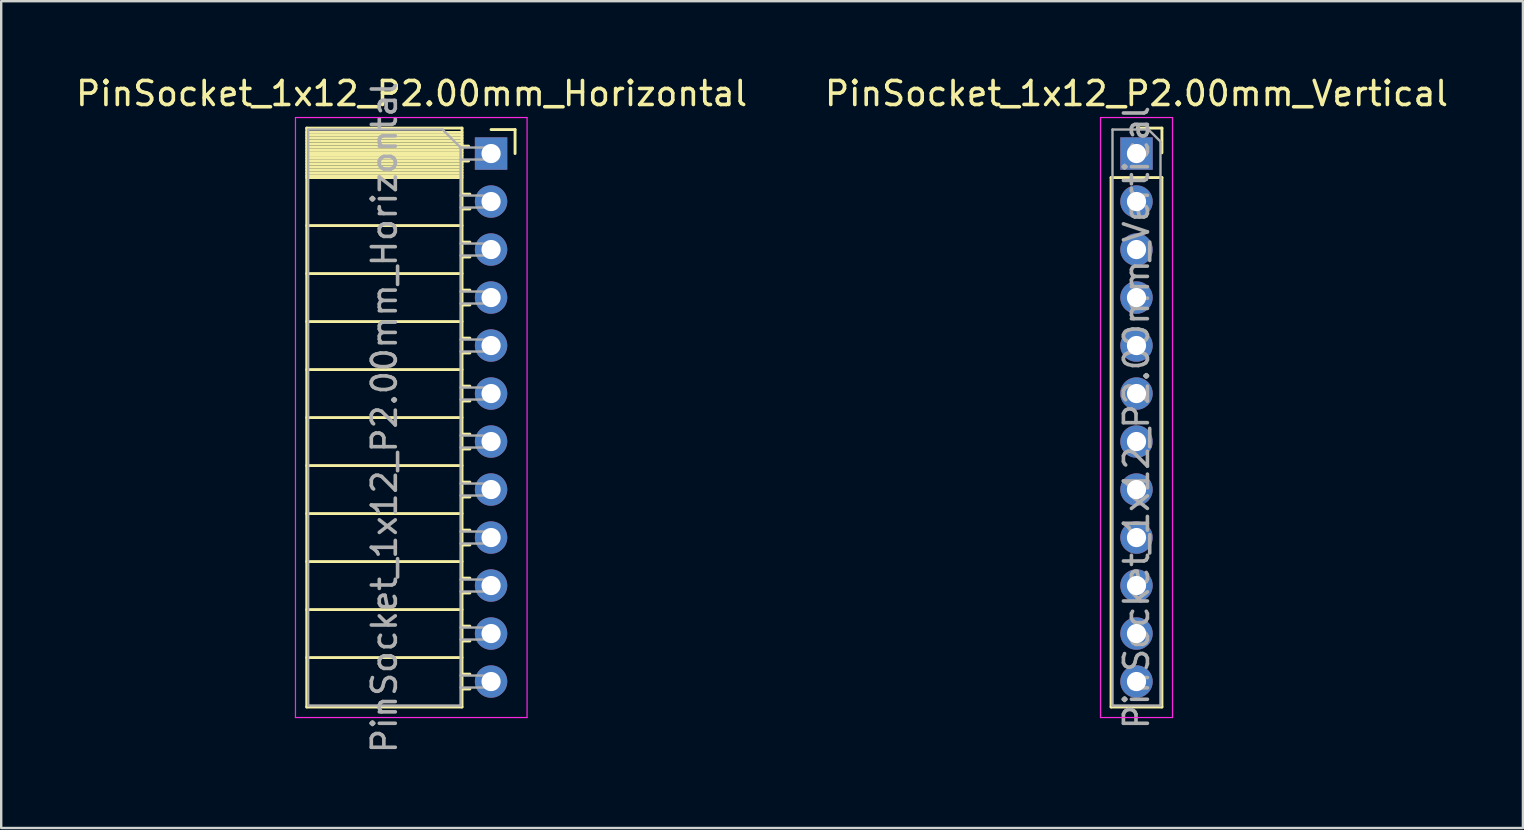
<source format=kicad_pcb>
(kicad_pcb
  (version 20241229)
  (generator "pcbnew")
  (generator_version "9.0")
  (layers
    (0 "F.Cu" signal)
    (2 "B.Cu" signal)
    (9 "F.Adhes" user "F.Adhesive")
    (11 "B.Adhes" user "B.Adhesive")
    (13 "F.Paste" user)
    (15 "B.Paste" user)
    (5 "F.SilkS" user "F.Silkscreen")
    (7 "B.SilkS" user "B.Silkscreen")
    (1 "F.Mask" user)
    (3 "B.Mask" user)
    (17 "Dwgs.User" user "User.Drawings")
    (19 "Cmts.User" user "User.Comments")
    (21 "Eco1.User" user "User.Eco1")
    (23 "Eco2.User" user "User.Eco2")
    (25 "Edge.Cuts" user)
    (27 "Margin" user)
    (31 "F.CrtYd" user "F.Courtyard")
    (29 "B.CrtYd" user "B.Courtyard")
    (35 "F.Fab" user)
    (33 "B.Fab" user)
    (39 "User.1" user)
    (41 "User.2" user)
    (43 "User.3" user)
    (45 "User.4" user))
  (footprint "PinSocket_1x12_P2.00mm_Horizontal"
    (layer "F.Cu")
    (at 17.411 3.348)
    (property "Reference" "PinSocket_1x12_P2.00mm_Horizontal" (at -3.31 -2.5 0) (layer "F.SilkS") (effects (font (size 1 1) (thickness 0.15))))
    (attr through_hole)
    (fp_line (start -7.68 -1.06) (end -7.68 23.06) (stroke (width 0.12) (type solid)) (layer "F.SilkS"))
    (fp_line (start -7.68 -1.06) (end -1.21 -1.06) (stroke (width 0.12) (type solid)) (layer "F.SilkS"))
    (fp_line (start -7.68 -0.88) (end -1.21 -0.88) (stroke (width 0.12) (type solid)) (layer "F.SilkS"))
    (fp_line (start -7.68 -0.76) (end -1.21 -0.76) (stroke (width 0.12) (type solid)) (layer "F.SilkS"))
    (fp_line (start -7.68 -0.64) (end -1.21 -0.64) (stroke (width 0.12) (type solid)) (layer "F.SilkS"))
    (fp_line (start -7.68 -0.52) (end -1.21 -0.52) (stroke (width 0.12) (type solid)) (layer "F.SilkS"))
    (fp_line (start -7.68 -0.4) (end -1.21 -0.4) (stroke (width 0.12) (type solid)) (layer "F.SilkS"))
    (fp_line (start -7.68 -0.28) (end -1.21 -0.28) (stroke (width 0.12) (type solid)) (layer "F.SilkS"))
    (fp_line (start -7.68 -0.16) (end -1.21 -0.16) (stroke (width 0.12) (type solid)) (layer "F.SilkS"))
    (fp_line (start -7.68 -0.04) (end -1.21 -0.04) (stroke (width 0.12) (type solid)) (layer "F.SilkS"))
    (fp_line (start -7.68 0.08) (end -1.21 0.08) (stroke (width 0.12) (type solid)) (layer "F.SilkS"))
    (fp_line (start -7.68 0.2) (end -1.21 0.2) (stroke (width 0.12) (type solid)) (layer "F.SilkS"))
    (fp_line (start -7.68 0.32) (end -1.21 0.32) (stroke (width 0.12) (type solid)) (layer "F.SilkS"))
    (fp_line (start -7.68 0.44) (end -1.21 0.44) (stroke (width 0.12) (type solid)) (layer "F.SilkS"))
    (fp_line (start -7.68 0.56) (end -1.21 0.56) (stroke (width 0.12) (type solid)) (layer "F.SilkS"))
    (fp_line (start -7.68 0.68) (end -1.21 0.68) (stroke (width 0.12) (type solid)) (layer "F.SilkS"))
    (fp_line (start -7.68 0.8) (end -1.21 0.8) (stroke (width 0.12) (type solid)) (layer "F.SilkS"))
    (fp_line (start -7.68 0.92) (end -1.21 0.92) (stroke (width 0.12) (type solid)) (layer "F.SilkS"))
    (fp_line (start -7.68 1) (end -1.21 1) (stroke (width 0.12) (type solid)) (layer "F.SilkS"))
    (fp_line (start -7.68 3) (end -1.21 3) (stroke (width 0.12) (type solid)) (layer "F.SilkS"))
    (fp_line (start -7.68 5) (end -1.21 5) (stroke (width 0.12) (type solid)) (layer "F.SilkS"))
    (fp_line (start -7.68 7) (end -1.21 7) (stroke (width 0.12) (type solid)) (layer "F.SilkS"))
    (fp_line (start -7.68 9) (end -1.21 9) (stroke (width 0.12) (type solid)) (layer "F.SilkS"))
    (fp_line (start -7.68 11) (end -1.21 11) (stroke (width 0.12) (type solid)) (layer "F.SilkS"))
    (fp_line (start -7.68 13) (end -1.21 13) (stroke (width 0.12) (type solid)) (layer "F.SilkS"))
    (fp_line (start -7.68 15) (end -1.21 15) (stroke (width 0.12) (type solid)) (layer "F.SilkS"))
    (fp_line (start -7.68 17) (end -1.21 17) (stroke (width 0.12) (type solid)) (layer "F.SilkS"))
    (fp_line (start -7.68 19) (end -1.21 19) (stroke (width 0.12) (type solid)) (layer "F.SilkS"))
    (fp_line (start -7.68 21) (end -1.21 21) (stroke (width 0.12) (type solid)) (layer "F.SilkS"))
    (fp_line (start -7.68 23.06) (end -1.21 23.06) (stroke (width 0.12) (type solid)) (layer "F.SilkS"))
    (fp_line (start -1.21 -1.06) (end -1.21 23.06) (stroke (width 0.12) (type solid)) (layer "F.SilkS"))
    (fp_line (start -1.21 -0.31) (end -0.935 -0.31) (stroke (width 0.12) (type solid)) (layer "F.SilkS"))
    (fp_line (start -1.21 0.31) (end -0.935 0.31) (stroke (width 0.12) (type solid)) (layer "F.SilkS"))
    (fp_line (start -1.21 1.69) (end -0.882 1.69) (stroke (width 0.12) (type solid)) (layer "F.SilkS"))
    (fp_line (start -1.21 2.31) (end -0.882 2.31) (stroke (width 0.12) (type solid)) (layer "F.SilkS"))
    (fp_line (start -1.21 3.69) (end -0.882 3.69) (stroke (width 0.12) (type solid)) (layer "F.SilkS"))
    (fp_line (start -1.21 4.31) (end -0.882 4.31) (stroke (width 0.12) (type solid)) (layer "F.SilkS"))
    (fp_line (start -1.21 5.69) (end -0.882 5.69) (stroke (width 0.12) (type solid)) (layer "F.SilkS"))
    (fp_line (start -1.21 6.31) (end -0.882 6.31) (stroke (width 0.12) (type solid)) (layer "F.SilkS"))
    (fp_line (start -1.21 7.69) (end -0.882 7.69) (stroke (width 0.12) (type solid)) (layer "F.SilkS"))
    (fp_line (start -1.21 8.31) (end -0.882 8.31) (stroke (width 0.12) (type solid)) (layer "F.SilkS"))
    (fp_line (start -1.21 9.69) (end -0.882 9.69) (stroke (width 0.12) (type solid)) (layer "F.SilkS"))
    (fp_line (start -1.21 10.31) (end -0.882 10.31) (stroke (width 0.12) (type solid)) (layer "F.SilkS"))
    (fp_line (start -1.21 11.69) (end -0.882 11.69) (stroke (width 0.12) (type solid)) (layer "F.SilkS"))
    (fp_line (start -1.21 12.31) (end -0.882 12.31) (stroke (width 0.12) (type solid)) (layer "F.SilkS"))
    (fp_line (start -1.21 13.69) (end -0.882 13.69) (stroke (width 0.12) (type solid)) (layer "F.SilkS"))
    (fp_line (start -1.21 14.31) (end -0.882 14.31) (stroke (width 0.12) (type solid)) (layer "F.SilkS"))
    (fp_line (start -1.21 15.69) (end -0.882 15.69) (stroke (width 0.12) (type solid)) (layer "F.SilkS"))
    (fp_line (start -1.21 16.31) (end -0.882 16.31) (stroke (width 0.12) (type solid)) (layer "F.SilkS"))
    (fp_line (start -1.21 17.69) (end -0.882 17.69) (stroke (width 0.12) (type solid)) (layer "F.SilkS"))
    (fp_line (start -1.21 18.31) (end -0.882 18.31) (stroke (width 0.12) (type solid)) (layer "F.SilkS"))
    (fp_line (start -1.21 19.69) (end -0.882 19.69) (stroke (width 0.12) (type solid)) (layer "F.SilkS"))
    (fp_line (start -1.21 20.31) (end -0.882 20.31) (stroke (width 0.12) (type solid)) (layer "F.SilkS"))
    (fp_line (start -1.21 21.69) (end -0.882 21.69) (stroke (width 0.12) (type solid)) (layer "F.SilkS"))
    (fp_line (start -1.21 22.31) (end -0.882 22.31) (stroke (width 0.12) (type solid)) (layer "F.SilkS"))
    (fp_line (start 0 -1) (end 1 -1) (stroke (width 0.12) (type solid)) (layer "F.SilkS"))
    (fp_line (start 1 -1) (end 1 0) (stroke (width 0.12) (type solid)) (layer "F.SilkS"))
    (fp_line (start -8.15 -1.5) (end -8.15 23.5) (stroke (width 0.05) (type solid)) (layer "F.CrtYd"))
    (fp_line (start -8.15 23.5) (end 1.5 23.5) (stroke (width 0.05) (type solid)) (layer "F.CrtYd"))
    (fp_line (start 1.5 -1.5) (end -8.15 -1.5) (stroke (width 0.05) (type solid)) (layer "F.CrtYd"))
    (fp_line (start 1.5 23.5) (end 1.5 -1.5) (stroke (width 0.05) (type solid)) (layer "F.CrtYd"))
    (fp_line (start -7.62 -1) (end -2.02 -1) (stroke (width 0.1) (type solid)) (layer "F.Fab"))
    (fp_line (start -7.62 23) (end -7.62 -1) (stroke (width 0.1) (type solid)) (layer "F.Fab"))
    (fp_line (start -2.02 -1) (end -1.27 -0.25) (stroke (width 0.1) (type solid)) (layer "F.Fab"))
    (fp_line (start -1.27 -0.25) (end -1.27 23) (stroke (width 0.1) (type solid)) (layer "F.Fab"))
    (fp_line (start -1.27 0.25) (end 0 0.25) (stroke (width 0.1) (type solid)) (layer "F.Fab"))
    (fp_line (start -1.27 2.25) (end 0 2.25) (stroke (width 0.1) (type solid)) (layer "F.Fab"))
    (fp_line (start -1.27 4.25) (end 0 4.25) (stroke (width 0.1) (type solid)) (layer "F.Fab"))
    (fp_line (start -1.27 6.25) (end 0 6.25) (stroke (width 0.1) (type solid)) (layer "F.Fab"))
    (fp_line (start -1.27 8.25) (end 0 8.25) (stroke (width 0.1) (type solid)) (layer "F.Fab"))
    (fp_line (start -1.27 10.25) (end 0 10.25) (stroke (width 0.1) (type solid)) (layer "F.Fab"))
    (fp_line (start -1.27 12.25) (end 0 12.25) (stroke (width 0.1) (type solid)) (layer "F.Fab"))
    (fp_line (start -1.27 14.25) (end 0 14.25) (stroke (width 0.1) (type solid)) (layer "F.Fab"))
    (fp_line (start -1.27 16.25) (end 0 16.25) (stroke (width 0.1) (type solid)) (layer "F.Fab"))
    (fp_line (start -1.27 18.25) (end 0 18.25) (stroke (width 0.1) (type solid)) (layer "F.Fab"))
    (fp_line (start -1.27 20.25) (end 0 20.25) (stroke (width 0.1) (type solid)) (layer "F.Fab"))
    (fp_line (start -1.27 22.25) (end 0 22.25) (stroke (width 0.1) (type solid)) (layer "F.Fab"))
    (fp_line (start -1.27 23) (end -7.62 23) (stroke (width 0.1) (type solid)) (layer "F.Fab"))
    (fp_line (start 0 -0.25) (end -1.27 -0.25) (stroke (width 0.1) (type solid)) (layer "F.Fab"))
    (fp_line (start 0 0.25) (end 0 -0.25) (stroke (width 0.1) (type solid)) (layer "F.Fab"))
    (fp_line (start 0 1.75) (end -1.27 1.75) (stroke (width 0.1) (type solid)) (layer "F.Fab"))
    (fp_line (start 0 2.25) (end 0 1.75) (stroke (width 0.1) (type solid)) (layer "F.Fab"))
    (fp_line (start 0 3.75) (end -1.27 3.75) (stroke (width 0.1) (type solid)) (layer "F.Fab"))
    (fp_line (start 0 4.25) (end 0 3.75) (stroke (width 0.1) (type solid)) (layer "F.Fab"))
    (fp_line (start 0 5.75) (end -1.27 5.75) (stroke (width 0.1) (type solid)) (layer "F.Fab"))
    (fp_line (start 0 6.25) (end 0 5.75) (stroke (width 0.1) (type solid)) (layer "F.Fab"))
    (fp_line (start 0 7.75) (end -1.27 7.75) (stroke (width 0.1) (type solid)) (layer "F.Fab"))
    (fp_line (start 0 8.25) (end 0 7.75) (stroke (width 0.1) (type solid)) (layer "F.Fab"))
    (fp_line (start 0 9.75) (end -1.27 9.75) (stroke (width 0.1) (type solid)) (layer "F.Fab"))
    (fp_line (start 0 10.25) (end 0 9.75) (stroke (width 0.1) (type solid)) (layer "F.Fab"))
    (fp_line (start 0 11.75) (end -1.27 11.75) (stroke (width 0.1) (type solid)) (layer "F.Fab"))
    (fp_line (start 0 12.25) (end 0 11.75) (stroke (width 0.1) (type solid)) (layer "F.Fab"))
    (fp_line (start 0 13.75) (end -1.27 13.75) (stroke (width 0.1) (type solid)) (layer "F.Fab"))
    (fp_line (start 0 14.25) (end 0 13.75) (stroke (width 0.1) (type solid)) (layer "F.Fab"))
    (fp_line (start 0 15.75) (end -1.27 15.75) (stroke (width 0.1) (type solid)) (layer "F.Fab"))
    (fp_line (start 0 16.25) (end 0 15.75) (stroke (width 0.1) (type solid)) (layer "F.Fab"))
    (fp_line (start 0 17.75) (end -1.27 17.75) (stroke (width 0.1) (type solid)) (layer "F.Fab"))
    (fp_line (start 0 18.25) (end 0 17.75) (stroke (width 0.1) (type solid)) (layer "F.Fab"))
    (fp_line (start 0 19.75) (end -1.27 19.75) (stroke (width 0.1) (type solid)) (layer "F.Fab"))
    (fp_line (start 0 20.25) (end 0 19.75) (stroke (width 0.1) (type solid)) (layer "F.Fab"))
    (fp_line (start 0 21.75) (end -1.27 21.75) (stroke (width 0.1) (type solid)) (layer "F.Fab"))
    (fp_line (start 0 22.25) (end 0 21.75) (stroke (width 0.1) (type solid)) (layer "F.Fab"))
    (fp_text user "${REFERENCE}" (at -4.445 11 90) (layer "F.Fab") (effects (font (size 1 1) (thickness 0.15))))
    (pad "1" thru_hole rect (at 0 0) (size 1.35 1.35) (drill 0.8) (layers "*.Cu" "*.Mask"))
    (pad "2" thru_hole oval (at 0 2) (size 1.35 1.35) (drill 0.8) (layers "*.Cu" "*.Mask"))
    (pad "3" thru_hole oval (at 0 4) (size 1.35 1.35) (drill 0.8) (layers "*.Cu" "*.Mask"))
    (pad "4" thru_hole oval (at 0 6) (size 1.35 1.35) (drill 0.8) (layers "*.Cu" "*.Mask"))
    (pad "5" thru_hole oval (at 0 8) (size 1.35 1.35) (drill 0.8) (layers "*.Cu" "*.Mask"))
    (pad "6" thru_hole oval (at 0 10) (size 1.35 1.35) (drill 0.8) (layers "*.Cu" "*.Mask"))
    (pad "7" thru_hole oval (at 0 12) (size 1.35 1.35) (drill 0.8) (layers "*.Cu" "*.Mask"))
    (pad "8" thru_hole oval (at 0 14) (size 1.35 1.35) (drill 0.8) (layers "*.Cu" "*.Mask"))
    (pad "9" thru_hole oval (at 0 16) (size 1.35 1.35) (drill 0.8) (layers "*.Cu" "*.Mask"))
    (pad "10" thru_hole oval (at 0 18) (size 1.35 1.35) (drill 0.8) (layers "*.Cu" "*.Mask"))
    (pad "11" thru_hole oval (at 0 20) (size 1.35 1.35) (drill 0.8) (layers "*.Cu" "*.Mask"))
    (pad "12" thru_hole oval (at 0 22) (size 1.35 1.35) (drill 0.8) (layers "*.Cu" "*.Mask")))
  (footprint "PinSocket_1x12_P2.00mm_Vertical"
    (layer "F.Cu")
    (at 44.304 3.348)
    (property "Reference" "PinSocket_1x12_P2.00mm_Vertical" (at 0 -2.5 0) (layer "F.SilkS") (effects (font (size 1 1) (thickness 0.15))))
    (attr through_hole)
    (fp_line (start -1.06 1) (end -1.06 23.06) (stroke (width 0.12) (type solid)) (layer "F.SilkS"))
    (fp_line (start -1.06 23.06) (end 1.06 23.06) (stroke (width 0.12) (type solid)) (layer "F.SilkS"))
    (fp_line (start 1.06 -1.06) (end 0.03 -1.06) (stroke (width 0.12) (type solid)) (layer "F.SilkS"))
    (fp_line (start 1.06 -0.03) (end 1.06 -1.06) (stroke (width 0.12) (type solid)) (layer "F.SilkS"))
    (fp_line (start 1.06 1) (end -1.06 1) (stroke (width 0.12) (type solid)) (layer "F.SilkS"))
    (fp_line (start 1.06 23.06) (end 1.06 1) (stroke (width 0.12) (type solid)) (layer "F.SilkS"))
    (fp_line (start -1.5 -1.5) (end 1.5 -1.5) (stroke (width 0.05) (type solid)) (layer "F.CrtYd"))
    (fp_line (start -1.5 23.5) (end -1.5 -1.5) (stroke (width 0.05) (type solid)) (layer "F.CrtYd"))
    (fp_line (start 1.5 -1.5) (end 1.5 23.5) (stroke (width 0.05) (type solid)) (layer "F.CrtYd"))
    (fp_line (start 1.5 23.5) (end -1.5 23.5) (stroke (width 0.05) (type solid)) (layer "F.CrtYd"))
    (fp_line (start -1 -1) (end 0.5 -1) (stroke (width 0.1) (type solid)) (layer "F.Fab"))
    (fp_line (start -1 23) (end -1 -1) (stroke (width 0.1) (type solid)) (layer "F.Fab"))
    (fp_line (start 0.5 -1) (end 1 -0.5) (stroke (width 0.1) (type solid)) (layer "F.Fab"))
    (fp_line (start 1 -0.5) (end 1 23) (stroke (width 0.1) (type solid)) (layer "F.Fab"))
    (fp_line (start 1 23) (end -1 23) (stroke (width 0.1) (type solid)) (layer "F.Fab"))
    (fp_text user "${REFERENCE}" (at 0 11 90) (layer "F.Fab") (effects (font (size 1 1) (thickness 0.15))))
    (pad "1" thru_hole rect (at 0 0) (size 1.35 1.35) (drill 0.8) (layers "*.Cu" "*.Mask"))
    (pad "2" thru_hole oval (at 0 2) (size 1.35 1.35) (drill 0.8) (layers "*.Cu" "*.Mask"))
    (pad "3" thru_hole oval (at 0 4) (size 1.35 1.35) (drill 0.8) (layers "*.Cu" "*.Mask"))
    (pad "4" thru_hole oval (at 0 6) (size 1.35 1.35) (drill 0.8) (layers "*.Cu" "*.Mask"))
    (pad "5" thru_hole oval (at 0 8) (size 1.35 1.35) (drill 0.8) (layers "*.Cu" "*.Mask"))
    (pad "6" thru_hole oval (at 0 10) (size 1.35 1.35) (drill 0.8) (layers "*.Cu" "*.Mask"))
    (pad "7" thru_hole oval (at 0 12) (size 1.35 1.35) (drill 0.8) (layers "*.Cu" "*.Mask"))
    (pad "8" thru_hole oval (at 0 14) (size 1.35 1.35) (drill 0.8) (layers "*.Cu" "*.Mask"))
    (pad "9" thru_hole oval (at 0 16) (size 1.35 1.35) (drill 0.8) (layers "*.Cu" "*.Mask"))
    (pad "10" thru_hole oval (at 0 18) (size 1.35 1.35) (drill 0.8) (layers "*.Cu" "*.Mask"))
    (pad "11" thru_hole oval (at 0 20) (size 1.35 1.35) (drill 0.8) (layers "*.Cu" "*.Mask"))
    (pad "12" thru_hole oval (at 0 22) (size 1.35 1.35) (drill 0.8) (layers "*.Cu" "*.Mask")))
  (gr_rect
    (start -3 -3)
    (end 60.405 31.449)
    (stroke (width 0.1) (type default))
    (fill no)
    (layer "Edge.Cuts")))
</source>
